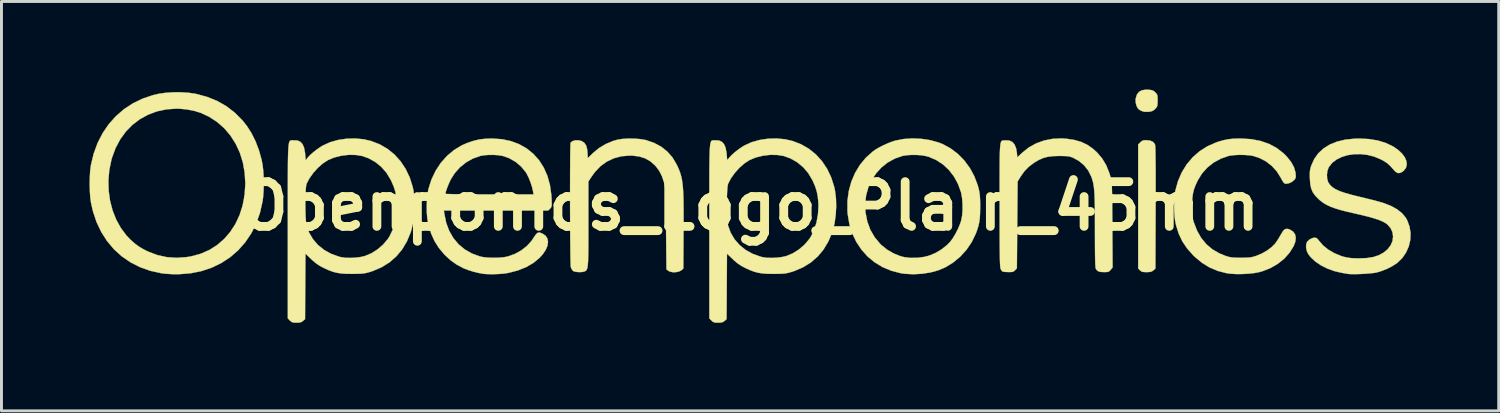
<source format=kicad_pcb>
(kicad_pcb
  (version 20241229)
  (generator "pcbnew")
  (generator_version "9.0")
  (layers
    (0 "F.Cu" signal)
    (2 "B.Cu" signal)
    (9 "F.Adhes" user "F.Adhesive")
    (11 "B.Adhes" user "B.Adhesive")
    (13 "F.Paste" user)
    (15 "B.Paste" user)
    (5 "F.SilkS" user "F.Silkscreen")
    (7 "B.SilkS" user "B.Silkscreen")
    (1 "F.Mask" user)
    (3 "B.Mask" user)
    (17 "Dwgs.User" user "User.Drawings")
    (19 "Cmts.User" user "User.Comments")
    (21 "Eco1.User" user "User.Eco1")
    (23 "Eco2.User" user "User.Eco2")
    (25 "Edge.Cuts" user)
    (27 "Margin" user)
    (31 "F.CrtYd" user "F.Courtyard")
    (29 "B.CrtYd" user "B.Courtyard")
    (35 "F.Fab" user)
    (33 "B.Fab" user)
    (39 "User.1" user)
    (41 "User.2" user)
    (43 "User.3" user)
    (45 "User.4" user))
  (footprint "Openponics_Logo_Plain_45mm"
    (layer "F.Cu")
    (at 22.491 3.973)
    (property "Reference" "Openponics_Logo_Plain_45mm" (at 0 0 0) (layer "F.SilkS") (effects (font (size 1.524 1.524) (thickness 0.3))))
    (attr through_hole)
    (fp_poly (pts (xy 13.578 -3.966) (xy 13.672 -3.957) (xy 13.734 -3.94) (xy 13.784 -3.908) (xy 13.818 -3.876) (xy 13.859 -3.832) (xy 13.883 -3.793) (xy 13.895 -3.742) (xy 13.898 -3.665) (xy 13.899 -3.598) (xy 13.897 -3.495) (xy 13.89 -3.428) (xy 13.873 -3.382) (xy 13.844 -3.343) (xy 13.836 -3.334) (xy 13.775 -3.275) (xy 13.717 -3.241) (xy 13.639 -3.221) (xy 13.587 -3.213) (xy 13.452 -3.215) (xy 13.374 -3.234) (xy 13.3 -3.27) (xy 13.24 -3.313) (xy 13.231 -3.323) (xy 13.181 -3.415) (xy 13.152 -3.53) (xy 13.149 -3.645) (xy 13.152 -3.666) (xy 13.192 -3.797) (xy 13.261 -3.89) (xy 13.361 -3.946) (xy 13.496 -3.968) (xy 13.578 -3.966)) (stroke (width 0.01) (type solid)) (fill yes) (layer "F.SilkS"))
    (fp_poly (pts (xy 13.647 -2.232) (xy 13.746 -2.186) (xy 13.806 -2.111) (xy 13.808 -2.105) (xy 13.814 -2.077) (xy 13.819 -2.021) (xy 13.823 -1.933) (xy 13.826 -1.812) (xy 13.828 -1.657) (xy 13.83 -1.463) (xy 13.832 -1.231) (xy 13.832 -0.956) (xy 13.832 -0.637) (xy 13.831 -0.273) (xy 13.831 0.046) (xy 13.824 2.127) (xy 13.754 2.188) (xy 13.705 2.222) (xy 13.649 2.24) (xy 13.568 2.247) (xy 13.522 2.248) (xy 13.428 2.245) (xy 13.367 2.234) (xy 13.323 2.209) (xy 13.298 2.186) (xy 13.237 2.125) (xy 13.237 -2.102) (xy 13.31 -2.175) (xy 13.364 -2.22) (xy 13.422 -2.242) (xy 13.505 -2.248) (xy 13.511 -2.248) (xy 13.647 -2.232)) (stroke (width 0.01) (type solid)) (fill yes) (layer "F.SilkS"))
    (fp_poly (pts (xy 5.852 -2.293) (xy 6.154 -2.247) (xy 6.436 -2.169) (xy 6.576 -2.114) (xy 6.846 -1.967) (xy 7.093 -1.78) (xy 7.312 -1.556) (xy 7.501 -1.3) (xy 7.655 -1.016) (xy 7.77 -0.71) (xy 7.798 -0.609) (xy 7.82 -0.512) (xy 7.835 -0.419) (xy 7.845 -0.318) (xy 7.851 -0.196) (xy 7.853 -0.042) (xy 7.853 0.025) (xy 7.85 0.23) (xy 7.841 0.399) (xy 7.822 0.544) (xy 7.792 0.679) (xy 7.749 0.817) (xy 7.701 0.945) (xy 7.562 1.23) (xy 7.384 1.491) (xy 7.172 1.723) (xy 6.932 1.922) (xy 6.668 2.083) (xy 6.426 2.186) (xy 6.16 2.259) (xy 5.87 2.304) (xy 5.574 2.32) (xy 5.288 2.305) (xy 5.153 2.286) (xy 4.83 2.203) (xy 4.532 2.079) (xy 4.26 1.915) (xy 4.018 1.715) (xy 3.809 1.482) (xy 3.634 1.219) (xy 3.495 0.928) (xy 3.397 0.612) (xy 3.34 0.274) (xy 3.331 0.163) (xy 3.332 -0.089) (xy 3.934 -0.089) (xy 3.945 0.203) (xy 3.947 0.219) (xy 4.008 0.524) (xy 4.11 0.803) (xy 4.255 1.055) (xy 4.442 1.281) (xy 4.494 1.331) (xy 4.681 1.481) (xy 4.895 1.606) (xy 5.118 1.698) (xy 5.257 1.736) (xy 5.478 1.763) (xy 5.717 1.76) (xy 5.954 1.728) (xy 6.112 1.687) (xy 6.327 1.598) (xy 6.538 1.472) (xy 6.727 1.322) (xy 6.819 1.229) (xy 6.913 1.106) (xy 7.008 0.95) (xy 7.096 0.778) (xy 7.169 0.606) (xy 7.211 0.475) (xy 7.24 0.312) (xy 7.254 0.121) (xy 7.252 -0.083) (xy 7.236 -0.281) (xy 7.205 -0.455) (xy 7.196 -0.486) (xy 7.095 -0.763) (xy 6.958 -1.013) (xy 6.787 -1.233) (xy 6.587 -1.42) (xy 6.362 -1.568) (xy 6.115 -1.675) (xy 5.989 -1.71) (xy 5.847 -1.734) (xy 5.678 -1.745) (xy 5.502 -1.745) (xy 5.337 -1.733) (xy 5.206 -1.711) (xy 4.943 -1.619) (xy 4.703 -1.487) (xy 4.49 -1.318) (xy 4.308 -1.118) (xy 4.158 -0.89) (xy 4.043 -0.64) (xy 3.968 -0.371) (xy 3.934 -0.089) (xy 3.332 -0.089) (xy 3.332 -0.182) (xy 3.377 -0.516) (xy 3.464 -0.833) (xy 3.591 -1.13) (xy 3.755 -1.403) (xy 3.955 -1.646) (xy 4.189 -1.856) (xy 4.279 -1.921) (xy 4.402 -1.995) (xy 4.555 -2.073) (xy 4.718 -2.146) (xy 4.874 -2.205) (xy 4.96 -2.232) (xy 5.242 -2.287) (xy 5.543 -2.307) (xy 5.852 -2.293)) (stroke (width 0.01) (type solid)) (fill yes) (layer "F.SilkS"))
    (fp_poly (pts (xy -19.113 -3.862) (xy -18.875 -3.827) (xy -18.861 -3.824) (xy -18.485 -3.722) (xy -18.14 -3.583) (xy -17.826 -3.403) (xy -17.541 -3.184) (xy -17.283 -2.925) (xy -17.13 -2.732) (xy -16.973 -2.487) (xy -16.834 -2.207) (xy -16.719 -1.904) (xy -16.631 -1.591) (xy -16.596 -1.414) (xy -16.573 -1.222) (xy -16.559 -0.997) (xy -16.555 -0.758) (xy -16.561 -0.521) (xy -16.577 -0.303) (xy -16.596 -0.161) (xy -16.685 0.23) (xy -16.814 0.594) (xy -16.981 0.928) (xy -17.185 1.23) (xy -17.423 1.5) (xy -17.692 1.735) (xy -17.991 1.932) (xy -18.318 2.092) (xy -18.67 2.21) (xy -19.045 2.287) (xy -19.441 2.319) (xy -19.556 2.32) (xy -19.697 2.316) (xy -19.845 2.307) (xy -19.977 2.295) (xy -20.043 2.286) (xy -20.421 2.203) (xy -20.773 2.078) (xy -21.099 1.912) (xy -21.395 1.708) (xy -21.66 1.467) (xy -21.892 1.191) (xy -22.09 0.882) (xy -22.252 0.542) (xy -22.375 0.173) (xy -22.443 -0.129) (xy -22.466 -0.305) (xy -22.48 -0.514) (xy -22.486 -0.741) (xy -22.483 -0.879) (xy -21.848 -0.879) (xy -21.839 -0.528) (xy -21.792 -0.185) (xy -21.706 0.145) (xy -21.584 0.455) (xy -21.426 0.741) (xy -21.235 0.997) (xy -21.101 1.138) (xy -20.942 1.279) (xy -20.789 1.391) (xy -20.62 1.488) (xy -20.497 1.548) (xy -20.181 1.667) (xy -19.857 1.738) (xy -19.523 1.761) (xy -19.178 1.736) (xy -19.008 1.707) (xy -18.693 1.619) (xy -18.402 1.49) (xy -18.138 1.321) (xy -17.901 1.115) (xy -17.695 0.876) (xy -17.52 0.605) (xy -17.38 0.307) (xy -17.276 -0.018) (xy -17.209 -0.365) (xy -17.184 -0.732) (xy -17.183 -0.777) (xy -17.205 -1.144) (xy -17.268 -1.494) (xy -17.371 -1.823) (xy -17.513 -2.128) (xy -17.69 -2.406) (xy -17.901 -2.654) (xy -18.144 -2.868) (xy -18.417 -3.046) (xy -18.69 -3.174) (xy -18.914 -3.244) (xy -19.164 -3.293) (xy -19.42 -3.319) (xy -19.528 -3.322) (xy -19.869 -3.298) (xy -20.193 -3.229) (xy -20.495 -3.116) (xy -20.775 -2.963) (xy -21.028 -2.77) (xy -21.252 -2.541) (xy -21.445 -2.276) (xy -21.603 -1.98) (xy -21.724 -1.653) (xy -21.743 -1.586) (xy -21.817 -1.234) (xy -21.848 -0.879) (xy -22.483 -0.879) (xy -22.482 -0.969) (xy -22.47 -1.183) (xy -22.448 -1.367) (xy -22.443 -1.399) (xy -22.35 -1.788) (xy -22.216 -2.152) (xy -22.044 -2.487) (xy -21.836 -2.791) (xy -21.594 -3.063) (xy -21.32 -3.301) (xy -21.015 -3.501) (xy -20.682 -3.663) (xy -20.323 -3.783) (xy -20.155 -3.823) (xy -19.918 -3.859) (xy -19.653 -3.878) (xy -19.378 -3.879) (xy -19.113 -3.862)) (stroke (width 0.01) (type solid)) (fill yes) (layer "F.SilkS"))
    (fp_poly (pts (xy -3.93 -2.301) (xy -3.728 -2.284) (xy -3.553 -2.254) (xy -3.534 -2.25) (xy -3.257 -2.155) (xy -3.013 -2.024) (xy -2.802 -1.856) (xy -2.626 -1.652) (xy -2.487 -1.418) (xy -2.439 -1.315) (xy -2.398 -1.218) (xy -2.363 -1.122) (xy -2.334 -1.021) (xy -2.31 -0.913) (xy -2.291 -0.791) (xy -2.276 -0.652) (xy -2.265 -0.491) (xy -2.258 -0.303) (xy -2.253 -0.084) (xy -2.251 0.17) (xy -2.251 0.465) (xy -2.252 0.804) (xy -2.253 0.858) (xy -2.26 2.127) (xy -2.33 2.188) (xy -2.408 2.228) (xy -2.512 2.249) (xy -2.623 2.25) (xy -2.722 2.229) (xy -2.776 2.2) (xy -2.835 2.152) (xy -2.849 0.77) (xy -2.852 0.471) (xy -2.855 0.217) (xy -2.858 0.003) (xy -2.862 -0.173) (xy -2.865 -0.317) (xy -2.869 -0.434) (xy -2.874 -0.527) (xy -2.88 -0.602) (xy -2.886 -0.662) (xy -2.894 -0.712) (xy -2.904 -0.756) (xy -2.915 -0.8) (xy -2.916 -0.803) (xy -2.988 -1.018) (xy -3.078 -1.197) (xy -3.193 -1.352) (xy -3.224 -1.386) (xy -3.384 -1.528) (xy -3.562 -1.629) (xy -3.764 -1.692) (xy -3.995 -1.721) (xy -4.084 -1.723) (xy -4.365 -1.7) (xy -4.626 -1.631) (xy -4.866 -1.518) (xy -5.082 -1.362) (xy -5.272 -1.163) (xy -5.369 -1.03) (xy -5.495 -0.839) (xy -5.495 0.593) (xy -5.495 0.911) (xy -5.495 1.183) (xy -5.496 1.413) (xy -5.498 1.604) (xy -5.502 1.76) (xy -5.506 1.885) (xy -5.513 1.984) (xy -5.522 2.059) (xy -5.533 2.114) (xy -5.546 2.153) (xy -5.563 2.181) (xy -5.583 2.2) (xy -5.606 2.216) (xy -5.616 2.221) (xy -5.683 2.24) (xy -5.776 2.248) (xy -5.876 2.244) (xy -5.963 2.23) (xy -6.013 2.21) (xy -6.056 2.16) (xy -6.09 2.089) (xy -6.093 2.078) (xy -6.097 2.04) (xy -6.1 1.957) (xy -6.104 1.834) (xy -6.107 1.675) (xy -6.109 1.484) (xy -6.112 1.268) (xy -6.114 1.028) (xy -6.116 0.772) (xy -6.117 0.502) (xy -6.118 0.223) (xy -6.119 -0.06) (xy -6.119 -0.342) (xy -6.119 -0.62) (xy -6.118 -0.889) (xy -6.118 -1.143) (xy -6.116 -1.38) (xy -6.115 -1.593) (xy -6.113 -1.78) (xy -6.11 -1.934) (xy -6.107 -2.053) (xy -6.104 -2.13) (xy -6.1 -2.163) (xy -6.1 -2.163) (xy -6.039 -2.213) (xy -5.948 -2.241) (xy -5.842 -2.244) (xy -5.737 -2.221) (xy -5.71 -2.21) (xy -5.627 -2.152) (xy -5.571 -2.065) (xy -5.538 -1.942) (xy -5.526 -1.824) (xy -5.516 -1.636) (xy -5.33 -1.816) (xy -5.132 -1.979) (xy -4.902 -2.117) (xy -4.654 -2.22) (xy -4.508 -2.262) (xy -4.338 -2.29) (xy -4.14 -2.302) (xy -3.93 -2.301)) (stroke (width 0.01) (type solid)) (fill yes) (layer "F.SilkS"))
    (fp_poly (pts (xy 17.084 -2.282) (xy 17.405 -2.221) (xy 17.697 -2.12) (xy 17.959 -1.978) (xy 18.193 -1.796) (xy 18.294 -1.695) (xy 18.443 -1.51) (xy 18.544 -1.328) (xy 18.596 -1.149) (xy 18.602 -1.096) (xy 18.606 -1.011) (xy 18.598 -0.957) (xy 18.573 -0.914) (xy 18.539 -0.878) (xy 18.458 -0.817) (xy 18.362 -0.776) (xy 18.271 -0.762) (xy 18.235 -0.766) (xy 18.199 -0.796) (xy 18.15 -0.865) (xy 18.095 -0.966) (xy 18.094 -0.969) (xy 17.96 -1.183) (xy 17.789 -1.371) (xy 17.587 -1.527) (xy 17.36 -1.644) (xy 17.157 -1.71) (xy 17.022 -1.732) (xy 16.858 -1.744) (xy 16.684 -1.747) (xy 16.516 -1.739) (xy 16.372 -1.722) (xy 16.32 -1.711) (xy 16.052 -1.618) (xy 15.808 -1.485) (xy 15.592 -1.314) (xy 15.41 -1.11) (xy 15.265 -0.875) (xy 15.259 -0.863) (xy 15.187 -0.705) (xy 15.135 -0.563) (xy 15.101 -0.422) (xy 15.082 -0.267) (xy 15.073 -0.084) (xy 15.073 0.012) (xy 15.074 0.164) (xy 15.079 0.28) (xy 15.088 0.372) (xy 15.104 0.454) (xy 15.128 0.539) (xy 15.131 0.549) (xy 15.243 0.837) (xy 15.385 1.087) (xy 15.56 1.298) (xy 15.767 1.473) (xy 16.008 1.612) (xy 16.197 1.689) (xy 16.285 1.718) (xy 16.361 1.737) (xy 16.44 1.749) (xy 16.534 1.756) (xy 16.658 1.758) (xy 16.734 1.758) (xy 16.877 1.757) (xy 16.985 1.753) (xy 17.071 1.744) (xy 17.147 1.728) (xy 17.229 1.704) (xy 17.271 1.69) (xy 17.452 1.613) (xy 17.627 1.513) (xy 17.781 1.398) (xy 17.897 1.282) (xy 17.955 1.203) (xy 18.021 1.1) (xy 18.084 0.993) (xy 18.093 0.977) (xy 18.157 0.868) (xy 18.215 0.802) (xy 18.275 0.774) (xy 18.346 0.778) (xy 18.41 0.801) (xy 18.515 0.867) (xy 18.581 0.961) (xy 18.606 1.079) (xy 18.589 1.216) (xy 18.533 1.363) (xy 18.392 1.588) (xy 18.212 1.79) (xy 17.995 1.964) (xy 17.749 2.107) (xy 17.477 2.215) (xy 17.357 2.249) (xy 17.192 2.28) (xy 16.997 2.301) (xy 16.786 2.313) (xy 16.578 2.314) (xy 16.388 2.303) (xy 16.252 2.285) (xy 15.946 2.206) (xy 15.666 2.088) (xy 15.407 1.928) (xy 15.161 1.723) (xy 15.11 1.673) (xy 14.904 1.441) (xy 14.741 1.2) (xy 14.617 0.938) (xy 14.527 0.648) (xy 14.497 0.508) (xy 14.477 0.359) (xy 14.465 0.18) (xy 14.462 -0.014) (xy 14.467 -0.208) (xy 14.48 -0.383) (xy 14.5 -0.518) (xy 14.592 -0.848) (xy 14.722 -1.151) (xy 14.891 -1.424) (xy 15.095 -1.665) (xy 15.331 -1.872) (xy 15.599 -2.041) (xy 15.896 -2.171) (xy 15.959 -2.193) (xy 16.137 -2.244) (xy 16.303 -2.278) (xy 16.475 -2.297) (xy 16.672 -2.303) (xy 16.734 -2.303) (xy 17.084 -2.282)) (stroke (width 0.01) (type solid)) (fill yes) (layer "F.SilkS"))
    (fp_poly (pts (xy -8.445 -2.281) (xy -8.136 -2.216) (xy -7.853 -2.11) (xy -7.597 -1.965) (xy -7.371 -1.783) (xy -7.177 -1.566) (xy -7.017 -1.315) (xy -6.892 -1.033) (xy -6.805 -0.721) (xy -6.757 -0.382) (xy -6.751 -0.283) (xy -6.745 -0.156) (xy -6.743 -0.068) (xy -6.747 -0.01) (xy -6.757 0.028) (xy -6.774 0.057) (xy -6.801 0.085) (xy -6.866 0.15) (xy -10.418 0.15) (xy -10.401 0.268) (xy -10.338 0.572) (xy -10.235 0.846) (xy -10.095 1.089) (xy -9.919 1.299) (xy -9.708 1.474) (xy -9.465 1.613) (xy -9.19 1.714) (xy -9.189 1.715) (xy -9.057 1.74) (xy -8.893 1.755) (xy -8.712 1.76) (xy -8.531 1.755) (xy -8.365 1.739) (xy -8.242 1.715) (xy -8.005 1.631) (xy -7.786 1.511) (xy -7.594 1.362) (xy -7.437 1.19) (xy -7.395 1.129) (xy -7.323 1.019) (xy -7.268 0.947) (xy -7.221 0.908) (xy -7.174 0.897) (xy -7.118 0.911) (xy -7.05 0.941) (xy -6.95 1.012) (xy -6.89 1.106) (xy -6.87 1.22) (xy -6.889 1.349) (xy -6.948 1.489) (xy -7.045 1.634) (xy -7.154 1.756) (xy -7.365 1.932) (xy -7.614 2.077) (xy -7.899 2.191) (xy -8.217 2.273) (xy -8.278 2.284) (xy -8.412 2.302) (xy -8.574 2.313) (xy -8.746 2.318) (xy -8.909 2.317) (xy -9.046 2.309) (xy -9.079 2.305) (xy -9.235 2.276) (xy -9.41 2.233) (xy -9.581 2.18) (xy -9.728 2.124) (xy -9.751 2.114) (xy -9.985 1.99) (xy -10.191 1.843) (xy -10.387 1.662) (xy -10.406 1.642) (xy -10.589 1.424) (xy -10.736 1.191) (xy -10.852 0.935) (xy -10.941 0.644) (xy -10.955 0.587) (xy -10.984 0.415) (xy -11 0.212) (xy -11.003 -0.008) (xy -10.994 -0.227) (xy -10.974 -0.42) (xy -10.365 -0.42) (xy -10.341 -0.416) (xy -10.271 -0.413) (xy -10.159 -0.41) (xy -10.011 -0.407) (xy -9.83 -0.404) (xy -9.621 -0.402) (xy -9.388 -0.401) (xy -9.134 -0.4) (xy -8.866 -0.4) (xy -7.363 -0.4) (xy -7.38 -0.506) (xy -7.412 -0.645) (xy -7.462 -0.803) (xy -7.525 -0.96) (xy -7.592 -1.097) (xy -7.627 -1.156) (xy -7.785 -1.348) (xy -7.976 -1.51) (xy -8.195 -1.634) (xy -8.408 -1.709) (xy -8.55 -1.734) (xy -8.72 -1.746) (xy -8.898 -1.745) (xy -9.064 -1.732) (xy -9.179 -1.71) (xy -9.431 -1.621) (xy -9.665 -1.489) (xy -9.875 -1.319) (xy -10.053 -1.118) (xy -10.182 -0.912) (xy -10.235 -0.801) (xy -10.284 -0.684) (xy -10.326 -0.573) (xy -10.354 -0.481) (xy -10.365 -0.421) (xy -10.365 -0.42) (xy -10.974 -0.42) (xy -10.973 -0.429) (xy -10.944 -0.583) (xy -10.841 -0.907) (xy -10.699 -1.205) (xy -10.522 -1.474) (xy -10.312 -1.71) (xy -10.073 -1.911) (xy -9.806 -2.072) (xy -9.628 -2.151) (xy -9.416 -2.223) (xy -9.214 -2.271) (xy -9.001 -2.296) (xy -8.779 -2.303) (xy -8.445 -2.281)) (stroke (width 0.01) (type solid)) (fill yes) (layer "F.SilkS"))
    (fp_poly (pts (xy 10.794 -2.296) (xy 11.063 -2.255) (xy 11.297 -2.187) (xy 11.505 -2.088) (xy 11.696 -1.955) (xy 11.839 -1.825) (xy 12.013 -1.619) (xy 12.151 -1.386) (xy 12.257 -1.119) (xy 12.292 -0.999) (xy 12.304 -0.953) (xy 12.314 -0.907) (xy 12.322 -0.859) (xy 12.329 -0.803) (xy 12.335 -0.735) (xy 12.34 -0.652) (xy 12.344 -0.547) (xy 12.347 -0.417) (xy 12.349 -0.258) (xy 12.351 -0.065) (xy 12.353 0.166) (xy 12.355 0.439) (xy 12.356 0.652) (xy 12.365 2.091) (xy 12.299 2.169) (xy 12.26 2.212) (xy 12.222 2.235) (xy 12.168 2.245) (xy 12.082 2.247) (xy 12.067 2.247) (xy 11.954 2.241) (xy 11.878 2.221) (xy 11.826 2.181) (xy 11.792 2.131) (xy 11.785 2.101) (xy 11.779 2.039) (xy 11.774 1.941) (xy 11.77 1.807) (xy 11.767 1.633) (xy 11.765 1.416) (xy 11.764 1.155) (xy 11.763 0.847) (xy 11.763 0.817) (xy 11.763 0.5) (xy 11.762 0.228) (xy 11.76 -0.003) (xy 11.756 -0.198) (xy 11.75 -0.361) (xy 11.742 -0.499) (xy 11.732 -0.614) (xy 11.718 -0.712) (xy 11.702 -0.797) (xy 11.682 -0.875) (xy 11.659 -0.949) (xy 11.638 -1.007) (xy 11.535 -1.214) (xy 11.391 -1.394) (xy 11.214 -1.543) (xy 11.013 -1.652) (xy 10.948 -1.676) (xy 10.883 -1.693) (xy 10.807 -1.703) (xy 10.705 -1.708) (xy 10.568 -1.71) (xy 10.552 -1.71) (xy 10.338 -1.704) (xy 10.159 -1.682) (xy 10.002 -1.64) (xy 9.852 -1.575) (xy 9.697 -1.483) (xy 9.681 -1.472) (xy 9.506 -1.339) (xy 9.361 -1.19) (xy 9.232 -1.009) (xy 9.214 -0.979) (xy 9.129 -0.839) (xy 9.116 0.64) (xy 9.104 2.119) (xy 9.043 2.183) (xy 9.004 2.219) (xy 8.96 2.238) (xy 8.896 2.245) (xy 8.818 2.246) (xy 8.729 2.243) (xy 8.657 2.237) (xy 8.622 2.231) (xy 8.589 2.201) (xy 8.554 2.148) (xy 8.554 2.147) (xy 8.547 2.129) (xy 8.541 2.099) (xy 8.536 2.055) (xy 8.532 1.994) (xy 8.528 1.912) (xy 8.525 1.807) (xy 8.523 1.675) (xy 8.521 1.513) (xy 8.519 1.318) (xy 8.518 1.087) (xy 8.517 0.817) (xy 8.517 0.505) (xy 8.517 0.147) (xy 8.517 -0.046) (xy 8.516 -0.426) (xy 8.516 -0.76) (xy 8.516 -1.05) (xy 8.517 -1.3) (xy 8.518 -1.512) (xy 8.52 -1.689) (xy 8.524 -1.835) (xy 8.529 -1.952) (xy 8.536 -2.044) (xy 8.545 -2.114) (xy 8.556 -2.165) (xy 8.57 -2.2) (xy 8.588 -2.221) (xy 8.608 -2.233) (xy 8.632 -2.238) (xy 8.659 -2.24) (xy 8.691 -2.24) (xy 8.713 -2.242) (xy 8.843 -2.236) (xy 8.947 -2.189) (xy 9.024 -2.101) (xy 9.077 -1.971) (xy 9.103 -1.823) (xy 9.119 -1.661) (xy 9.276 -1.811) (xy 9.501 -1.993) (xy 9.754 -2.135) (xy 10.03 -2.236) (xy 10.324 -2.293) (xy 10.632 -2.307) (xy 10.794 -2.296)) (stroke (width 0.01) (type solid)) (fill yes) (layer "F.SilkS"))
    (fp_poly (pts (xy 21.103 -2.285) (xy 21.405 -2.235) (xy 21.676 -2.151) (xy 21.921 -2.033) (xy 21.943 -2.02) (xy 22.105 -1.906) (xy 22.232 -1.784) (xy 22.323 -1.658) (xy 22.375 -1.534) (xy 22.388 -1.414) (xy 22.359 -1.305) (xy 22.287 -1.21) (xy 22.236 -1.17) (xy 22.151 -1.129) (xy 22.076 -1.129) (xy 22.003 -1.173) (xy 21.938 -1.242) (xy 21.837 -1.358) (xy 21.743 -1.446) (xy 21.64 -1.518) (xy 21.509 -1.59) (xy 21.491 -1.599) (xy 21.273 -1.689) (xy 21.045 -1.746) (xy 20.815 -1.773) (xy 20.588 -1.769) (xy 20.372 -1.737) (xy 20.172 -1.676) (xy 19.996 -1.589) (xy 19.849 -1.477) (xy 19.739 -1.339) (xy 19.723 -1.311) (xy 19.683 -1.198) (xy 19.667 -1.066) (xy 19.675 -0.934) (xy 19.708 -0.822) (xy 19.719 -0.8) (xy 19.78 -0.715) (xy 19.86 -0.641) (xy 19.964 -0.575) (xy 20.099 -0.513) (xy 20.269 -0.453) (xy 20.48 -0.393) (xy 20.617 -0.358) (xy 20.785 -0.317) (xy 20.976 -0.27) (xy 21.166 -0.224) (xy 21.313 -0.187) (xy 21.608 -0.102) (xy 21.856 -0.004) (xy 22.061 0.11) (xy 22.223 0.239) (xy 22.347 0.385) (xy 22.402 0.482) (xy 22.482 0.698) (xy 22.517 0.924) (xy 22.507 1.151) (xy 22.455 1.372) (xy 22.363 1.581) (xy 22.233 1.77) (xy 22.065 1.932) (xy 22.047 1.946) (xy 21.882 2.052) (xy 21.686 2.149) (xy 21.48 2.226) (xy 21.354 2.261) (xy 21.263 2.277) (xy 21.138 2.29) (xy 20.991 2.302) (xy 20.835 2.311) (xy 20.682 2.316) (xy 20.545 2.317) (xy 20.436 2.314) (xy 20.38 2.308) (xy 20.321 2.298) (xy 20.235 2.283) (xy 20.168 2.271) (xy 19.913 2.211) (xy 19.671 2.122) (xy 19.452 2.01) (xy 19.262 1.879) (xy 19.108 1.733) (xy 19.027 1.626) (xy 18.98 1.523) (xy 18.957 1.41) (xy 18.96 1.304) (xy 18.989 1.221) (xy 18.994 1.213) (xy 19.073 1.138) (xy 19.169 1.089) (xy 19.246 1.074) (xy 19.302 1.083) (xy 19.349 1.117) (xy 19.395 1.176) (xy 19.533 1.336) (xy 19.71 1.48) (xy 19.918 1.602) (xy 20.148 1.697) (xy 20.248 1.727) (xy 20.369 1.754) (xy 20.5 1.771) (xy 20.655 1.779) (xy 20.755 1.78) (xy 21.018 1.77) (xy 21.243 1.735) (xy 21.435 1.673) (xy 21.6 1.582) (xy 21.733 1.471) (xy 21.839 1.335) (xy 21.902 1.187) (xy 21.921 1.034) (xy 21.899 0.885) (xy 21.834 0.746) (xy 21.729 0.626) (xy 21.67 0.581) (xy 21.575 0.528) (xy 21.449 0.474) (xy 21.287 0.419) (xy 21.087 0.362) (xy 20.843 0.302) (xy 20.626 0.252) (xy 20.361 0.191) (xy 20.138 0.134) (xy 19.953 0.078) (xy 19.798 0.022) (xy 19.668 -0.038) (xy 19.555 -0.104) (xy 19.454 -0.178) (xy 19.382 -0.24) (xy 19.267 -0.359) (xy 19.185 -0.475) (xy 19.131 -0.603) (xy 19.1 -0.753) (xy 19.086 -0.937) (xy 19.083 -1.07) (xy 19.086 -1.17) (xy 19.097 -1.252) (xy 19.117 -1.331) (xy 19.131 -1.374) (xy 19.232 -1.601) (xy 19.371 -1.798) (xy 19.549 -1.963) (xy 19.762 -2.097) (xy 20.011 -2.198) (xy 20.293 -2.265) (xy 20.607 -2.298) (xy 20.767 -2.302) (xy 21.103 -2.285)) (stroke (width 0.01) (type solid)) (fill yes) (layer "F.SilkS"))
    (fp_poly (pts (xy -13.153 -2.278) (xy -12.901 -2.22) (xy -12.608 -2.107) (xy -12.341 -1.953) (xy -12.103 -1.76) (xy -11.896 -1.531) (xy -11.722 -1.27) (xy -11.583 -0.979) (xy -11.482 -0.66) (xy -11.453 -0.526) (xy -11.42 -0.27) (xy -11.413 0.009) (xy -11.428 0.295) (xy -11.467 0.572) (xy -11.527 0.824) (xy -11.547 0.887) (xy -11.676 1.198) (xy -11.84 1.473) (xy -12.039 1.712) (xy -12.271 1.915) (xy -12.537 2.08) (xy -12.836 2.209) (xy -12.93 2.239) (xy -13.021 2.266) (xy -13.102 2.284) (xy -13.184 2.296) (xy -13.281 2.303) (xy -13.404 2.306) (xy -13.537 2.307) (xy -13.745 2.305) (xy -13.918 2.293) (xy -14.067 2.27) (xy -14.207 2.233) (xy -14.35 2.18) (xy -14.506 2.108) (xy -14.65 2.032) (xy -14.772 1.95) (xy -14.893 1.847) (xy -14.936 1.807) (xy -15.134 1.618) (xy -15.148 3.851) (xy -15.218 3.911) (xy -15.27 3.947) (xy -15.331 3.965) (xy -15.419 3.971) (xy -15.438 3.971) (xy -15.527 3.968) (xy -15.586 3.955) (xy -15.632 3.926) (xy -15.662 3.898) (xy -15.735 3.825) (xy -15.735 0.829) (xy -15.735 0.374) (xy -15.735 -0.035) (xy -15.735 -0.136) (xy -15.138 -0.136) (xy -15.138 0.04) (xy -15.134 0.212) (xy -15.128 0.37) (xy -15.119 0.507) (xy -15.106 0.614) (xy -15.097 0.661) (xy -15.008 0.906) (xy -14.877 1.128) (xy -14.707 1.324) (xy -14.502 1.49) (xy -14.266 1.622) (xy -14.001 1.718) (xy -13.924 1.738) (xy -13.78 1.759) (xy -13.608 1.764) (xy -13.426 1.755) (xy -13.253 1.733) (xy -13.112 1.7) (xy -12.89 1.607) (xy -12.677 1.473) (xy -12.486 1.307) (xy -12.327 1.119) (xy -12.271 1.032) (xy -12.163 0.806) (xy -12.083 0.549) (xy -12.033 0.274) (xy -12.017 -0.007) (xy -12.021 -0.122) (xy -12.04 -0.325) (xy -12.074 -0.502) (xy -12.13 -0.674) (xy -12.211 -0.86) (xy -12.227 -0.893) (xy -12.367 -1.127) (xy -12.542 -1.33) (xy -12.747 -1.499) (xy -12.975 -1.628) (xy -13.203 -1.709) (xy -13.426 -1.745) (xy -13.668 -1.747) (xy -13.915 -1.718) (xy -14.152 -1.658) (xy -14.363 -1.571) (xy -14.368 -1.568) (xy -14.541 -1.455) (xy -14.712 -1.305) (xy -14.869 -1.13) (xy -15.002 -0.943) (xy -15.096 -0.762) (xy -15.11 -0.701) (xy -15.122 -0.599) (xy -15.13 -0.464) (xy -15.136 -0.307) (xy -15.138 -0.136) (xy -15.735 -0.136) (xy -15.735 -0.398) (xy -15.735 -0.719) (xy -15.734 -1.001) (xy -15.733 -1.246) (xy -15.732 -1.456) (xy -15.729 -1.635) (xy -15.725 -1.784) (xy -15.72 -1.907) (xy -15.714 -2.005) (xy -15.706 -2.083) (xy -15.697 -2.141) (xy -15.685 -2.183) (xy -15.672 -2.212) (xy -15.656 -2.229) (xy -15.638 -2.238) (xy -15.617 -2.242) (xy -15.594 -2.241) (xy -15.567 -2.241) (xy -15.538 -2.242) (xy -15.538 -2.242) (xy -15.411 -2.237) (xy -15.311 -2.195) (xy -15.235 -2.114) (xy -15.182 -1.991) (xy -15.15 -1.824) (xy -15.144 -1.772) (xy -15.127 -1.565) (xy -15.054 -1.656) (xy -14.974 -1.741) (xy -14.864 -1.839) (xy -14.737 -1.937) (xy -14.608 -2.025) (xy -14.536 -2.068) (xy -14.293 -2.178) (xy -14.023 -2.254) (xy -13.736 -2.297) (xy -13.443 -2.305) (xy -13.153 -2.278)) (stroke (width 0.01) (type solid)) (fill yes) (layer "F.SilkS"))
    (fp_poly (pts (xy 1.208 -2.278) (xy 1.46 -2.22) (xy 1.753 -2.107) (xy 2.019 -1.953) (xy 2.258 -1.76) (xy 2.465 -1.531) (xy 2.639 -1.27) (xy 2.778 -0.979) (xy 2.879 -0.66) (xy 2.908 -0.526) (xy 2.94 -0.27) (xy 2.948 0.009) (xy 2.932 0.295) (xy 2.894 0.572) (xy 2.834 0.824) (xy 2.814 0.887) (xy 2.684 1.198) (xy 2.52 1.473) (xy 2.322 1.712) (xy 2.09 1.915) (xy 1.824 2.08) (xy 1.525 2.209) (xy 1.431 2.239) (xy 1.34 2.266) (xy 1.259 2.284) (xy 1.177 2.296) (xy 1.08 2.303) (xy 0.957 2.306) (xy 0.824 2.307) (xy 0.615 2.305) (xy 0.443 2.293) (xy 0.294 2.27) (xy 0.154 2.233) (xy 0.011 2.18) (xy -0.145 2.108) (xy -0.289 2.032) (xy -0.411 1.95) (xy -0.533 1.847) (xy -0.575 1.807) (xy -0.773 1.618) (xy -0.787 3.851) (xy -0.857 3.911) (xy -0.909 3.947) (xy -0.97 3.965) (xy -1.059 3.971) (xy -1.077 3.971) (xy -1.167 3.968) (xy -1.225 3.955) (xy -1.271 3.926) (xy -1.301 3.898) (xy -1.374 3.825) (xy -1.374 0.829) (xy -1.374 0.374) (xy -1.374 -0.035) (xy -1.374 -0.136) (xy -0.777 -0.136) (xy -0.777 0.04) (xy -0.774 0.212) (xy -0.767 0.37) (xy -0.758 0.507) (xy -0.745 0.614) (xy -0.736 0.661) (xy -0.647 0.906) (xy -0.516 1.128) (xy -0.346 1.324) (xy -0.141 1.49) (xy 0.095 1.622) (xy 0.359 1.718) (xy 0.437 1.738) (xy 0.58 1.759) (xy 0.753 1.764) (xy 0.935 1.755) (xy 1.108 1.733) (xy 1.249 1.7) (xy 1.471 1.607) (xy 1.683 1.473) (xy 1.875 1.307) (xy 2.033 1.119) (xy 2.089 1.032) (xy 2.198 0.806) (xy 2.278 0.549) (xy 2.328 0.274) (xy 2.344 -0.007) (xy 2.34 -0.122) (xy 2.321 -0.325) (xy 2.286 -0.502) (xy 2.231 -0.674) (xy 2.15 -0.86) (xy 2.134 -0.893) (xy 1.994 -1.127) (xy 1.819 -1.33) (xy 1.614 -1.499) (xy 1.386 -1.628) (xy 1.158 -1.709) (xy 0.935 -1.745) (xy 0.693 -1.747) (xy 0.446 -1.718) (xy 0.209 -1.658) (xy -0.002 -1.571) (xy -0.007 -1.568) (xy -0.181 -1.455) (xy -0.351 -1.305) (xy -0.508 -1.13) (xy -0.641 -0.943) (xy -0.735 -0.762) (xy -0.749 -0.701) (xy -0.761 -0.599) (xy -0.769 -0.464) (xy -0.775 -0.307) (xy -0.777 -0.136) (xy -1.374 -0.136) (xy -1.374 -0.398) (xy -1.374 -0.719) (xy -1.374 -1.001) (xy -1.373 -1.246) (xy -1.371 -1.456) (xy -1.368 -1.635) (xy -1.364 -1.784) (xy -1.36 -1.907) (xy -1.353 -2.005) (xy -1.345 -2.083) (xy -1.336 -2.141) (xy -1.324 -2.183) (xy -1.311 -2.212) (xy -1.295 -2.229) (xy -1.277 -2.238) (xy -1.256 -2.242) (xy -1.233 -2.241) (xy -1.207 -2.241) (xy -1.177 -2.242) (xy -1.177 -2.242) (xy -1.05 -2.237) (xy -0.95 -2.195) (xy -0.874 -2.114) (xy -0.821 -1.991) (xy -0.789 -1.824) (xy -0.784 -1.772) (xy -0.766 -1.565) (xy -0.693 -1.656) (xy -0.613 -1.741) (xy -0.503 -1.839) (xy -0.376 -1.937) (xy -0.247 -2.025) (xy -0.175 -2.068) (xy 0.067 -2.178) (xy 0.337 -2.254) (xy 0.625 -2.297) (xy 0.918 -2.305) (xy 1.208 -2.278)) (stroke (width 0.01) (type solid)) (fill yes) (layer "F.SilkS")))
  (gr_rect
    (start -3 -3)
    (end 48.012 10.949)
    (stroke (width 0.1) (type default))
    (fill no)
    (layer "Edge.Cuts")))
</source>
